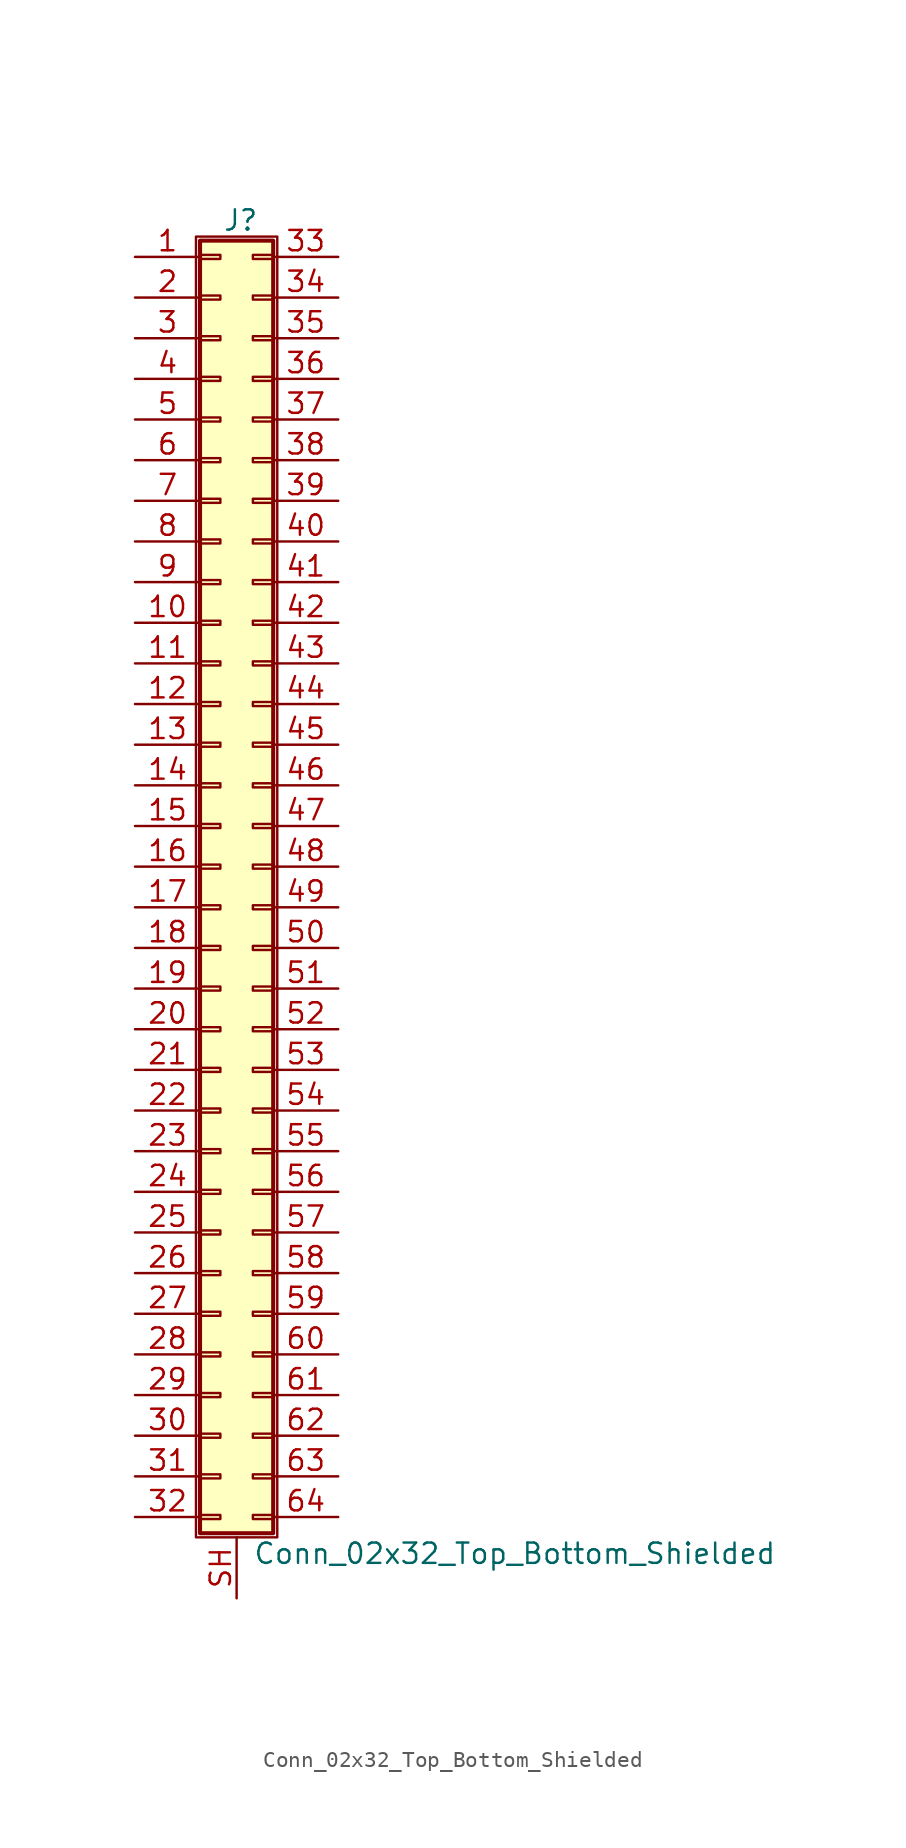
<source format=kicad_sym>
(kicad_symbol_lib
  (version 20201005)
  (generator kicad_symbol_editor)
  (symbol "Conn_02x32_Top_Bottom_Shielded"
    (pin_names
      (offset 1.016) hide)
    (property "Reference" "J"
      (at 1.524 40.386 0)
      (effects (font (size 1.27 1.27))))
    (property "Value" "Conn_02x32_Top_Bottom_Shielded"
      (at 2.286 -42.926 0)
      (effects (font (size 1.27 1.27)) (justify left)))
    (symbol "Conn_02x32_Top_Bottom_Shielded_1_1"
      (rectangle (start -1.27 39.37) (end 3.81 -41.91) (stroke (width 0.152)) (fill (type none)))
      (rectangle (start -1.016 -40.513) (end 0.254 -40.767) (stroke (width 0.152)) (fill (type none)))
      (rectangle (start -1.016 -37.973) (end 0.254 -38.227) (stroke (width 0.152)) (fill (type none)))
      (rectangle (start -1.016 -35.433) (end 0.254 -35.687) (stroke (width 0.152)) (fill (type none)))
      (rectangle (start -1.016 -32.893) (end 0.254 -33.147) (stroke (width 0.152)) (fill (type none)))
      (rectangle (start -1.016 -30.353) (end 0.254 -30.607) (stroke (width 0.152)) (fill (type none)))
      (rectangle (start -1.016 -27.813) (end 0.254 -28.067) (stroke (width 0.152)) (fill (type none)))
      (rectangle (start -1.016 -25.273) (end 0.254 -25.527) (stroke (width 0.152)) (fill (type none)))
      (rectangle (start -1.016 -22.733) (end 0.254 -22.987) (stroke (width 0.152)) (fill (type none)))
      (rectangle (start -1.016 -20.193) (end 0.254 -20.447) (stroke (width 0.152)) (fill (type none)))
      (rectangle (start -1.016 -17.653) (end 0.254 -17.907) (stroke (width 0.152)) (fill (type none)))
      (rectangle (start -1.016 -15.113) (end 0.254 -15.367) (stroke (width 0.152)) (fill (type none)))
      (rectangle (start -1.016 -12.573) (end 0.254 -12.827) (stroke (width 0.152)) (fill (type none)))
      (rectangle (start -1.016 -10.033) (end 0.254 -10.287) (stroke (width 0.152)) (fill (type none)))
      (rectangle (start -1.016 -7.493) (end 0.254 -7.747) (stroke (width 0.152)) (fill (type none)))
      (rectangle (start -1.016 -4.953) (end 0.254 -5.207) (stroke (width 0.152)) (fill (type none)))
      (rectangle (start -1.016 -2.413) (end 0.254 -2.667) (stroke (width 0.152)) (fill (type none)))
      (rectangle (start -1.016 0.127) (end 0.254 -0.127) (stroke (width 0.152)) (fill (type none)))
      (rectangle (start -1.016 2.667) (end 0.254 2.413) (stroke (width 0.152)) (fill (type none)))
      (rectangle (start -1.016 5.207) (end 0.254 4.953) (stroke (width 0.152)) (fill (type none)))
      (rectangle (start -1.016 7.747) (end 0.254 7.493) (stroke (width 0.152)) (fill (type none)))
      (rectangle (start -1.016 10.287) (end 0.254 10.033) (stroke (width 0.152)) (fill (type none)))
      (rectangle (start -1.016 12.827) (end 0.254 12.573) (stroke (width 0.152)) (fill (type none)))
      (rectangle (start -1.016 15.367) (end 0.254 15.113) (stroke (width 0.152)) (fill (type none)))
      (rectangle (start -1.016 17.907) (end 0.254 17.653) (stroke (width 0.152)) (fill (type none)))
      (rectangle (start -1.016 20.447) (end 0.254 20.193) (stroke (width 0.152)) (fill (type none)))
      (rectangle (start -1.016 22.987) (end 0.254 22.733) (stroke (width 0.152)) (fill (type none)))
      (rectangle (start -1.016 25.527) (end 0.254 25.273) (stroke (width 0.152)) (fill (type none)))
      (rectangle (start -1.016 28.067) (end 0.254 27.813) (stroke (width 0.152)) (fill (type none)))
      (rectangle (start -1.016 30.607) (end 0.254 30.353) (stroke (width 0.152)) (fill (type none)))
      (rectangle (start -1.016 33.147) (end 0.254 32.893) (stroke (width 0.152)) (fill (type none)))
      (rectangle (start -1.016 35.687) (end 0.254 35.433) (stroke (width 0.152)) (fill (type none)))
      (rectangle (start -1.016 38.227) (end 0.254 37.973) (stroke (width 0.152)) (fill (type none)))
      (rectangle (start 3.556 -40.513) (end 2.286 -40.767) (stroke (width 0.152)) (fill (type none)))
      (rectangle (start 3.556 -37.973) (end 2.286 -38.227) (stroke (width 0.152)) (fill (type none)))
      (rectangle (start 3.556 -35.433) (end 2.286 -35.687) (stroke (width 0.152)) (fill (type none)))
      (rectangle (start 3.556 -32.893) (end 2.286 -33.147) (stroke (width 0.152)) (fill (type none)))
      (rectangle (start 3.556 -30.353) (end 2.286 -30.607) (stroke (width 0.152)) (fill (type none)))
      (rectangle (start 3.556 -27.813) (end 2.286 -28.067) (stroke (width 0.152)) (fill (type none)))
      (rectangle (start 3.556 -25.273) (end 2.286 -25.527) (stroke (width 0.152)) (fill (type none)))
      (rectangle (start 3.556 -22.733) (end 2.286 -22.987) (stroke (width 0.152)) (fill (type none)))
      (rectangle (start 3.556 -20.193) (end 2.286 -20.447) (stroke (width 0.152)) (fill (type none)))
      (rectangle (start 3.556 -17.653) (end 2.286 -17.907) (stroke (width 0.152)) (fill (type none)))
      (rectangle (start 3.556 -15.113) (end 2.286 -15.367) (stroke (width 0.152)) (fill (type none)))
      (rectangle (start 3.556 -12.573) (end 2.286 -12.827) (stroke (width 0.152)) (fill (type none)))
      (rectangle (start 3.556 -10.033) (end 2.286 -10.287) (stroke (width 0.152)) (fill (type none)))
      (rectangle (start 3.556 -7.493) (end 2.286 -7.747) (stroke (width 0.152)) (fill (type none)))
      (rectangle (start 3.556 -4.953) (end 2.286 -5.207) (stroke (width 0.152)) (fill (type none)))
      (rectangle (start 3.556 -2.413) (end 2.286 -2.667) (stroke (width 0.152)) (fill (type none)))
      (rectangle (start 3.556 0.127) (end 2.286 -0.127) (stroke (width 0.152)) (fill (type none)))
      (rectangle (start 3.556 2.667) (end 2.286 2.413) (stroke (width 0.152)) (fill (type none)))
      (rectangle (start 3.556 5.207) (end 2.286 4.953) (stroke (width 0.152)) (fill (type none)))
      (rectangle (start 3.556 7.747) (end 2.286 7.493) (stroke (width 0.152)) (fill (type none)))
      (rectangle (start 3.556 10.287) (end 2.286 10.033) (stroke (width 0.152)) (fill (type none)))
      (rectangle (start 3.556 12.827) (end 2.286 12.573) (stroke (width 0.152)) (fill (type none)))
      (rectangle (start 3.556 15.367) (end 2.286 15.113) (stroke (width 0.152)) (fill (type none)))
      (rectangle (start 3.556 17.907) (end 2.286 17.653) (stroke (width 0.152)) (fill (type none)))
      (rectangle (start 3.556 20.447) (end 2.286 20.193) (stroke (width 0.152)) (fill (type none)))
      (rectangle (start 3.556 22.987) (end 2.286 22.733) (stroke (width 0.152)) (fill (type none)))
      (rectangle (start 3.556 25.527) (end 2.286 25.273) (stroke (width 0.152)) (fill (type none)))
      (rectangle (start 3.556 28.067) (end 2.286 27.813) (stroke (width 0.152)) (fill (type none)))
      (rectangle (start 3.556 30.607) (end 2.286 30.353) (stroke (width 0.152)) (fill (type none)))
      (rectangle (start 3.556 33.147) (end 2.286 32.893) (stroke (width 0.152)) (fill (type none)))
      (rectangle (start 3.556 35.687) (end 2.286 35.433) (stroke (width 0.152)) (fill (type none)))
      (rectangle (start 3.556 38.227) (end 2.286 37.973) (stroke (width 0.152)) (fill (type none)))
      (rectangle (start -1.016 39.116) (end 3.556 -41.656) (stroke (width 0.254)) (fill (type background)))
      (pin passive line (at -5.08 38.1 0) (length 4.064) (name "Pin_1" (effects (font (size 1.27 1.27)))) (number "1" (effects (font (size 1.27 1.27)))))
      (pin passive line (at -5.08 15.24 0) (length 4.064) (name "Pin_10" (effects (font (size 1.27 1.27)))) (number "10" (effects (font (size 1.27 1.27)))))
      (pin passive line (at -5.08 12.7 0) (length 4.064) (name "Pin_11" (effects (font (size 1.27 1.27)))) (number "11" (effects (font (size 1.27 1.27)))))
      (pin passive line (at -5.08 10.16 0) (length 4.064) (name "Pin_12" (effects (font (size 1.27 1.27)))) (number "12" (effects (font (size 1.27 1.27)))))
      (pin passive line (at -5.08 7.62 0) (length 4.064) (name "Pin_13" (effects (font (size 1.27 1.27)))) (number "13" (effects (font (size 1.27 1.27)))))
      (pin passive line (at -5.08 5.08 0) (length 4.064) (name "Pin_14" (effects (font (size 1.27 1.27)))) (number "14" (effects (font (size 1.27 1.27)))))
      (pin passive line (at -5.08 2.54 0) (length 4.064) (name "Pin_15" (effects (font (size 1.27 1.27)))) (number "15" (effects (font (size 1.27 1.27)))))
      (pin passive line (at -5.08 0 0) (length 4.064) (name "Pin_16" (effects (font (size 1.27 1.27)))) (number "16" (effects (font (size 1.27 1.27)))))
      (pin passive line (at -5.08 -2.54 0) (length 4.064) (name "Pin_17" (effects (font (size 1.27 1.27)))) (number "17" (effects (font (size 1.27 1.27)))))
      (pin passive line (at -5.08 -5.08 0) (length 4.064) (name "Pin_18" (effects (font (size 1.27 1.27)))) (number "18" (effects (font (size 1.27 1.27)))))
      (pin passive line (at -5.08 -7.62 0) (length 4.064) (name "Pin_19" (effects (font (size 1.27 1.27)))) (number "19" (effects (font (size 1.27 1.27)))))
      (pin passive line (at -5.08 35.56 0) (length 4.064) (name "Pin_2" (effects (font (size 1.27 1.27)))) (number "2" (effects (font (size 1.27 1.27)))))
      (pin passive line (at -5.08 -10.16 0) (length 4.064) (name "Pin_20" (effects (font (size 1.27 1.27)))) (number "20" (effects (font (size 1.27 1.27)))))
      (pin passive line (at -5.08 -12.7 0) (length 4.064) (name "Pin_21" (effects (font (size 1.27 1.27)))) (number "21" (effects (font (size 1.27 1.27)))))
      (pin passive line (at -5.08 -15.24 0) (length 4.064) (name "Pin_22" (effects (font (size 1.27 1.27)))) (number "22" (effects (font (size 1.27 1.27)))))
      (pin passive line (at -5.08 -17.78 0) (length 4.064) (name "Pin_23" (effects (font (size 1.27 1.27)))) (number "23" (effects (font (size 1.27 1.27)))))
      (pin passive line (at -5.08 -20.32 0) (length 4.064) (name "Pin_24" (effects (font (size 1.27 1.27)))) (number "24" (effects (font (size 1.27 1.27)))))
      (pin passive line (at -5.08 -22.86 0) (length 4.064) (name "Pin_25" (effects (font (size 1.27 1.27)))) (number "25" (effects (font (size 1.27 1.27)))))
      (pin passive line (at -5.08 -25.4 0) (length 4.064) (name "Pin_26" (effects (font (size 1.27 1.27)))) (number "26" (effects (font (size 1.27 1.27)))))
      (pin passive line (at -5.08 -27.94 0) (length 4.064) (name "Pin_27" (effects (font (size 1.27 1.27)))) (number "27" (effects (font (size 1.27 1.27)))))
      (pin passive line (at -5.08 -30.48 0) (length 4.064) (name "Pin_28" (effects (font (size 1.27 1.27)))) (number "28" (effects (font (size 1.27 1.27)))))
      (pin passive line (at -5.08 -33.02 0) (length 4.064) (name "Pin_29" (effects (font (size 1.27 1.27)))) (number "29" (effects (font (size 1.27 1.27)))))
      (pin passive line (at -5.08 33.02 0) (length 4.064) (name "Pin_3" (effects (font (size 1.27 1.27)))) (number "3" (effects (font (size 1.27 1.27)))))
      (pin passive line (at -5.08 -35.56 0) (length 4.064) (name "Pin_30" (effects (font (size 1.27 1.27)))) (number "30" (effects (font (size 1.27 1.27)))))
      (pin passive line (at -5.08 -38.1 0) (length 4.064) (name "Pin_31" (effects (font (size 1.27 1.27)))) (number "31" (effects (font (size 1.27 1.27)))))
      (pin passive line (at -5.08 -40.64 0) (length 4.064) (name "Pin_32" (effects (font (size 1.27 1.27)))) (number "32" (effects (font (size 1.27 1.27)))))
      (pin passive line (at 7.62 38.1 180) (length 4.064) (name "Pin_33" (effects (font (size 1.27 1.27)))) (number "33" (effects (font (size 1.27 1.27)))))
      (pin passive line (at 7.62 35.56 180) (length 4.064) (name "Pin_34" (effects (font (size 1.27 1.27)))) (number "34" (effects (font (size 1.27 1.27)))))
      (pin passive line (at 7.62 33.02 180) (length 4.064) (name "Pin_35" (effects (font (size 1.27 1.27)))) (number "35" (effects (font (size 1.27 1.27)))))
      (pin passive line (at 7.62 30.48 180) (length 4.064) (name "Pin_36" (effects (font (size 1.27 1.27)))) (number "36" (effects (font (size 1.27 1.27)))))
      (pin passive line (at 7.62 27.94 180) (length 4.064) (name "Pin_37" (effects (font (size 1.27 1.27)))) (number "37" (effects (font (size 1.27 1.27)))))
      (pin passive line (at 7.62 25.4 180) (length 4.064) (name "Pin_38" (effects (font (size 1.27 1.27)))) (number "38" (effects (font (size 1.27 1.27)))))
      (pin passive line (at 7.62 22.86 180) (length 4.064) (name "Pin_39" (effects (font (size 1.27 1.27)))) (number "39" (effects (font (size 1.27 1.27)))))
      (pin passive line (at -5.08 30.48 0) (length 4.064) (name "Pin_4" (effects (font (size 1.27 1.27)))) (number "4" (effects (font (size 1.27 1.27)))))
      (pin passive line (at 7.62 20.32 180) (length 4.064) (name "Pin_40" (effects (font (size 1.27 1.27)))) (number "40" (effects (font (size 1.27 1.27)))))
      (pin passive line (at 7.62 17.78 180) (length 4.064) (name "Pin_41" (effects (font (size 1.27 1.27)))) (number "41" (effects (font (size 1.27 1.27)))))
      (pin passive line (at 7.62 15.24 180) (length 4.064) (name "Pin_42" (effects (font (size 1.27 1.27)))) (number "42" (effects (font (size 1.27 1.27)))))
      (pin passive line (at 7.62 12.7 180) (length 4.064) (name "Pin_43" (effects (font (size 1.27 1.27)))) (number "43" (effects (font (size 1.27 1.27)))))
      (pin passive line (at 7.62 10.16 180) (length 4.064) (name "Pin_44" (effects (font (size 1.27 1.27)))) (number "44" (effects (font (size 1.27 1.27)))))
      (pin passive line (at 7.62 7.62 180) (length 4.064) (name "Pin_45" (effects (font (size 1.27 1.27)))) (number "45" (effects (font (size 1.27 1.27)))))
      (pin passive line (at 7.62 5.08 180) (length 4.064) (name "Pin_46" (effects (font (size 1.27 1.27)))) (number "46" (effects (font (size 1.27 1.27)))))
      (pin passive line (at 7.62 2.54 180) (length 4.064) (name "Pin_47" (effects (font (size 1.27 1.27)))) (number "47" (effects (font (size 1.27 1.27)))))
      (pin passive line (at 7.62 0 180) (length 4.064) (name "Pin_48" (effects (font (size 1.27 1.27)))) (number "48" (effects (font (size 1.27 1.27)))))
      (pin passive line (at 7.62 -2.54 180) (length 4.064) (name "Pin_49" (effects (font (size 1.27 1.27)))) (number "49" (effects (font (size 1.27 1.27)))))
      (pin passive line (at -5.08 27.94 0) (length 4.064) (name "Pin_5" (effects (font (size 1.27 1.27)))) (number "5" (effects (font (size 1.27 1.27)))))
      (pin passive line (at 7.62 -5.08 180) (length 4.064) (name "Pin_50" (effects (font (size 1.27 1.27)))) (number "50" (effects (font (size 1.27 1.27)))))
      (pin passive line (at 7.62 -7.62 180) (length 4.064) (name "Pin_51" (effects (font (size 1.27 1.27)))) (number "51" (effects (font (size 1.27 1.27)))))
      (pin passive line (at 7.62 -10.16 180) (length 4.064) (name "Pin_52" (effects (font (size 1.27 1.27)))) (number "52" (effects (font (size 1.27 1.27)))))
      (pin passive line (at 7.62 -12.7 180) (length 4.064) (name "Pin_53" (effects (font (size 1.27 1.27)))) (number "53" (effects (font (size 1.27 1.27)))))
      (pin passive line (at 7.62 -15.24 180) (length 4.064) (name "Pin_54" (effects (font (size 1.27 1.27)))) (number "54" (effects (font (size 1.27 1.27)))))
      (pin passive line (at 7.62 -17.78 180) (length 4.064) (name "Pin_55" (effects (font (size 1.27 1.27)))) (number "55" (effects (font (size 1.27 1.27)))))
      (pin passive line (at 7.62 -20.32 180) (length 4.064) (name "Pin_56" (effects (font (size 1.27 1.27)))) (number "56" (effects (font (size 1.27 1.27)))))
      (pin passive line (at 7.62 -22.86 180) (length 4.064) (name "Pin_57" (effects (font (size 1.27 1.27)))) (number "57" (effects (font (size 1.27 1.27)))))
      (pin passive line (at 7.62 -25.4 180) (length 4.064) (name "Pin_58" (effects (font (size 1.27 1.27)))) (number "58" (effects (font (size 1.27 1.27)))))
      (pin passive line (at 7.62 -27.94 180) (length 4.064) (name "Pin_59" (effects (font (size 1.27 1.27)))) (number "59" (effects (font (size 1.27 1.27)))))
      (pin passive line (at -5.08 25.4 0) (length 4.064) (name "Pin_6" (effects (font (size 1.27 1.27)))) (number "6" (effects (font (size 1.27 1.27)))))
      (pin passive line (at 7.62 -30.48 180) (length 4.064) (name "Pin_60" (effects (font (size 1.27 1.27)))) (number "60" (effects (font (size 1.27 1.27)))))
      (pin passive line (at 7.62 -33.02 180) (length 4.064) (name "Pin_61" (effects (font (size 1.27 1.27)))) (number "61" (effects (font (size 1.27 1.27)))))
      (pin passive line (at 7.62 -35.56 180) (length 4.064) (name "Pin_62" (effects (font (size 1.27 1.27)))) (number "62" (effects (font (size 1.27 1.27)))))
      (pin passive line (at 7.62 -38.1 180) (length 4.064) (name "Pin_63" (effects (font (size 1.27 1.27)))) (number "63" (effects (font (size 1.27 1.27)))))
      (pin passive line (at 7.62 -40.64 180) (length 4.064) (name "Pin_64" (effects (font (size 1.27 1.27)))) (number "64" (effects (font (size 1.27 1.27)))))
      (pin passive line (at -5.08 22.86 0) (length 4.064) (name "Pin_7" (effects (font (size 1.27 1.27)))) (number "7" (effects (font (size 1.27 1.27)))))
      (pin passive line (at -5.08 20.32 0) (length 4.064) (name "Pin_8" (effects (font (size 1.27 1.27)))) (number "8" (effects (font (size 1.27 1.27)))))
      (pin passive line (at -5.08 17.78 0) (length 4.064) (name "Pin_9" (effects (font (size 1.27 1.27)))) (number "9" (effects (font (size 1.27 1.27)))))
      (pin passive line (at 1.27 -45.72 90) (length 3.81) (name "Shield" (effects (font (size 1.27 1.27)))) (number "SH" (effects (font (size 1.27 1.27))))))))
</source>
